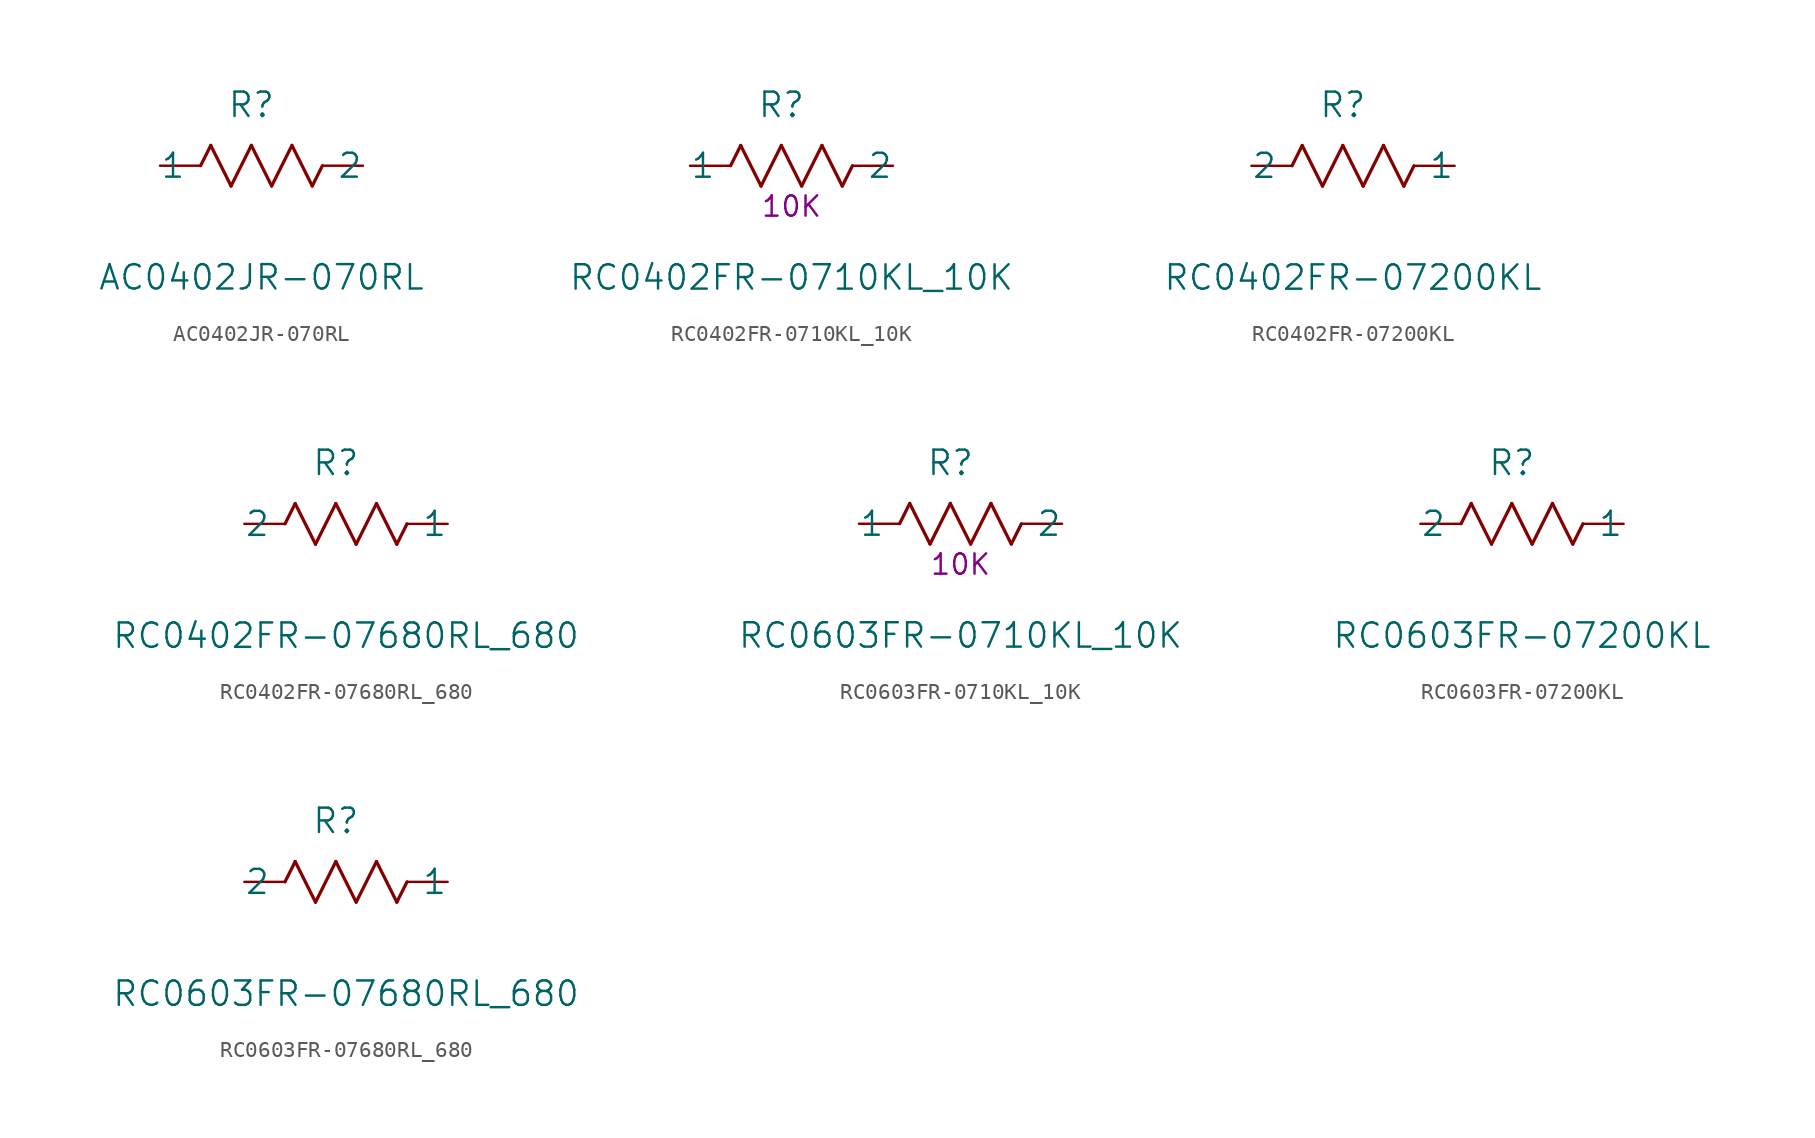
<source format=kicad_sym>
(kicad_symbol_lib
  (version 20211014)
  (generator kicad_symbol_editor)
  (symbol "AC0402JR-070RL"
    (pin_numbers hide)
    (pin_names
      (offset -2.54))
    (property "Reference" "R"
      (at 5.715 3.81 0)
      (effects (font (size 1.524 1.524))))
    (property "Value" "AC0402JR-070RL"
      (at 6.35 -6.985 0)
      (effects (font (size 1.524 1.524))))
    (property "Datasheet" ""
      (at 0 0 0)
      (effects (font (size 1.524 1.524))))
    (symbol "AC0402JR-070RL_1_1"
      (polyline (pts (xy 2.54 0) (xy 3.175 1.27)) (stroke (width 0.203) (type default) (color 0 0 0 0)) (fill (type none)))
      (polyline (pts (xy 3.175 1.27) (xy 4.445 -1.27)) (stroke (width 0.203) (type default) (color 0 0 0 0)) (fill (type none)))
      (polyline (pts (xy 4.445 -1.27) (xy 5.715 1.27)) (stroke (width 0.203) (type default) (color 0 0 0 0)) (fill (type none)))
      (polyline (pts (xy 5.715 1.27) (xy 6.985 -1.27)) (stroke (width 0.203) (type default) (color 0 0 0 0)) (fill (type none)))
      (polyline (pts (xy 6.985 -1.27) (xy 8.255 1.27)) (stroke (width 0.203) (type default) (color 0 0 0 0)) (fill (type none)))
      (polyline (pts (xy 8.255 1.27) (xy 9.525 -1.27)) (stroke (width 0.203) (type default) (color 0 0 0 0)) (fill (type none)))
      (polyline (pts (xy 9.525 -1.27) (xy 10.16 0)) (stroke (width 0.203) (type default) (color 0 0 0 0)) (fill (type none)))
      (pin unspecified line (at 0 0 0) (length 2.54) (name "1" (effects (font (size 1.499 1.499)))) (number "1" (effects (font (size 1.499 1.499)))))
      (pin unspecified line (at 12.7 0 180) (length 2.54) (name "2" (effects (font (size 1.499 1.499)))) (number "2" (effects (font (size 1.499 1.499)))))))
  (symbol "RC0402FR-0710KL_10K"
    (pin_numbers hide)
    (pin_names
      (offset -2.54))
    (property "Reference" "R"
      (at 5.715 3.81 0)
      (effects (font (size 1.524 1.524))))
    (property "Value" "RC0402FR-0710KL_10K"
      (at 6.35 -6.985 0)
      (effects (font (size 1.524 1.524))))
    (property "Datasheet" ""
      (at 0 0 0)
      (effects (font (size 1.524 1.524))))
    (property "Valeur" "10K"
      (at 6.35 -2.54 0)
      (effects (font (size 1.27 1.27))))
    (symbol "RC0402FR-0710KL_10K_1_1"
      (polyline (pts (xy 2.54 0) (xy 3.175 1.27)) (stroke (width 0.203) (type default) (color 0 0 0 0)) (fill (type none)))
      (polyline (pts (xy 3.175 1.27) (xy 4.445 -1.27)) (stroke (width 0.203) (type default) (color 0 0 0 0)) (fill (type none)))
      (polyline (pts (xy 4.445 -1.27) (xy 5.715 1.27)) (stroke (width 0.203) (type default) (color 0 0 0 0)) (fill (type none)))
      (polyline (pts (xy 5.715 1.27) (xy 6.985 -1.27)) (stroke (width 0.203) (type default) (color 0 0 0 0)) (fill (type none)))
      (polyline (pts (xy 6.985 -1.27) (xy 8.255 1.27)) (stroke (width 0.203) (type default) (color 0 0 0 0)) (fill (type none)))
      (polyline (pts (xy 8.255 1.27) (xy 9.525 -1.27)) (stroke (width 0.203) (type default) (color 0 0 0 0)) (fill (type none)))
      (polyline (pts (xy 9.525 -1.27) (xy 10.16 0)) (stroke (width 0.203) (type default) (color 0 0 0 0)) (fill (type none)))
      (pin unspecified line (at 0 0 0) (length 2.54) (name "1" (effects (font (size 1.499 1.499)))) (number "1" (effects (font (size 1.499 1.499)))))
      (pin unspecified line (at 12.7 0 180) (length 2.54) (name "2" (effects (font (size 1.499 1.499)))) (number "2" (effects (font (size 1.499 1.499)))))))
  (symbol "RC0402FR-07200KL"
    (pin_numbers hide)
    (pin_names
      (offset -2.54))
    (property "Reference" "R"
      (at 5.715 3.81 0)
      (effects (font (size 1.524 1.524))))
    (property "Value" "RC0402FR-07200KL"
      (at 6.35 -6.985 0)
      (effects (font (size 1.524 1.524))))
    (property "Datasheet" ""
      (at 0 0 0)
      (effects (font (size 1.524 1.524))))
    (symbol "RC0402FR-07200KL_1_1"
      (polyline (pts (xy 2.54 0) (xy 3.175 1.27)) (stroke (width 0.203) (type default) (color 0 0 0 0)) (fill (type none)))
      (polyline (pts (xy 3.175 1.27) (xy 4.445 -1.27)) (stroke (width 0.203) (type default) (color 0 0 0 0)) (fill (type none)))
      (polyline (pts (xy 4.445 -1.27) (xy 5.715 1.27)) (stroke (width 0.203) (type default) (color 0 0 0 0)) (fill (type none)))
      (polyline (pts (xy 5.715 1.27) (xy 6.985 -1.27)) (stroke (width 0.203) (type default) (color 0 0 0 0)) (fill (type none)))
      (polyline (pts (xy 6.985 -1.27) (xy 8.255 1.27)) (stroke (width 0.203) (type default) (color 0 0 0 0)) (fill (type none)))
      (polyline (pts (xy 8.255 1.27) (xy 9.525 -1.27)) (stroke (width 0.203) (type default) (color 0 0 0 0)) (fill (type none)))
      (polyline (pts (xy 9.525 -1.27) (xy 10.16 0)) (stroke (width 0.203) (type default) (color 0 0 0 0)) (fill (type none)))
      (pin unspecified line (at 12.7 0 180) (length 2.54) (name "1" (effects (font (size 1.499 1.499)))) (number "1" (effects (font (size 1.499 1.499)))))
      (pin unspecified line (at 0 0 0) (length 2.54) (name "2" (effects (font (size 1.499 1.499)))) (number "2" (effects (font (size 1.499 1.499)))))))
  (symbol "RC0402FR-07680RL_680"
    (pin_numbers hide)
    (pin_names
      (offset -2.54))
    (property "Reference" "R"
      (at 5.715 3.81 0)
      (effects (font (size 1.524 1.524))))
    (property "Value" "RC0402FR-07680RL_680"
      (at 6.35 -6.985 0)
      (effects (font (size 1.524 1.524))))
    (property "Datasheet" ""
      (at 0 0 0)
      (effects (font (size 1.524 1.524))))
    (symbol "RC0402FR-07680RL_680_1_1"
      (polyline (pts (xy 2.54 0) (xy 3.175 1.27)) (stroke (width 0.203) (type default) (color 0 0 0 0)) (fill (type none)))
      (polyline (pts (xy 3.175 1.27) (xy 4.445 -1.27)) (stroke (width 0.203) (type default) (color 0 0 0 0)) (fill (type none)))
      (polyline (pts (xy 4.445 -1.27) (xy 5.715 1.27)) (stroke (width 0.203) (type default) (color 0 0 0 0)) (fill (type none)))
      (polyline (pts (xy 5.715 1.27) (xy 6.985 -1.27)) (stroke (width 0.203) (type default) (color 0 0 0 0)) (fill (type none)))
      (polyline (pts (xy 6.985 -1.27) (xy 8.255 1.27)) (stroke (width 0.203) (type default) (color 0 0 0 0)) (fill (type none)))
      (polyline (pts (xy 8.255 1.27) (xy 9.525 -1.27)) (stroke (width 0.203) (type default) (color 0 0 0 0)) (fill (type none)))
      (polyline (pts (xy 9.525 -1.27) (xy 10.16 0)) (stroke (width 0.203) (type default) (color 0 0 0 0)) (fill (type none)))
      (pin unspecified line (at 12.7 0 180) (length 2.54) (name "1" (effects (font (size 1.499 1.499)))) (number "1" (effects (font (size 1.499 1.499)))))
      (pin unspecified line (at 0 0 0) (length 2.54) (name "2" (effects (font (size 1.499 1.499)))) (number "2" (effects (font (size 1.499 1.499)))))))
  (symbol "RC0603FR-0710KL_10K"
    (pin_numbers hide)
    (pin_names
      (offset -2.54))
    (property "Reference" "R"
      (at 5.715 3.81 0)
      (effects (font (size 1.524 1.524))))
    (property "Value" "RC0603FR-0710KL_10K"
      (at 6.35 -6.985 0)
      (effects (font (size 1.524 1.524))))
    (property "Datasheet" ""
      (at 0 0 0)
      (effects (font (size 1.524 1.524))))
    (property "Valeur" "10K"
      (at 6.35 -2.54 0)
      (effects (font (size 1.27 1.27))))
    (symbol "RC0603FR-0710KL_10K_1_1"
      (polyline (pts (xy 2.54 0) (xy 3.175 1.27)) (stroke (width 0.203) (type default) (color 0 0 0 0)) (fill (type none)))
      (polyline (pts (xy 3.175 1.27) (xy 4.445 -1.27)) (stroke (width 0.203) (type default) (color 0 0 0 0)) (fill (type none)))
      (polyline (pts (xy 4.445 -1.27) (xy 5.715 1.27)) (stroke (width 0.203) (type default) (color 0 0 0 0)) (fill (type none)))
      (polyline (pts (xy 5.715 1.27) (xy 6.985 -1.27)) (stroke (width 0.203) (type default) (color 0 0 0 0)) (fill (type none)))
      (polyline (pts (xy 6.985 -1.27) (xy 8.255 1.27)) (stroke (width 0.203) (type default) (color 0 0 0 0)) (fill (type none)))
      (polyline (pts (xy 8.255 1.27) (xy 9.525 -1.27)) (stroke (width 0.203) (type default) (color 0 0 0 0)) (fill (type none)))
      (polyline (pts (xy 9.525 -1.27) (xy 10.16 0)) (stroke (width 0.203) (type default) (color 0 0 0 0)) (fill (type none)))
      (pin unspecified line (at 0 0 0) (length 2.54) (name "1" (effects (font (size 1.499 1.499)))) (number "1" (effects (font (size 1.499 1.499)))))
      (pin unspecified line (at 12.7 0 180) (length 2.54) (name "2" (effects (font (size 1.499 1.499)))) (number "2" (effects (font (size 1.499 1.499)))))))
  (symbol "RC0603FR-07200KL"
    (pin_numbers hide)
    (pin_names
      (offset -2.54))
    (property "Reference" "R"
      (at 5.715 3.81 0)
      (effects (font (size 1.524 1.524))))
    (property "Value" "RC0603FR-07200KL"
      (at 6.35 -6.985 0)
      (effects (font (size 1.524 1.524))))
    (property "Datasheet" ""
      (at 0 0 0)
      (effects (font (size 1.524 1.524))))
    (symbol "RC0603FR-07200KL_1_1"
      (polyline (pts (xy 2.54 0) (xy 3.175 1.27)) (stroke (width 0.203) (type default) (color 0 0 0 0)) (fill (type none)))
      (polyline (pts (xy 3.175 1.27) (xy 4.445 -1.27)) (stroke (width 0.203) (type default) (color 0 0 0 0)) (fill (type none)))
      (polyline (pts (xy 4.445 -1.27) (xy 5.715 1.27)) (stroke (width 0.203) (type default) (color 0 0 0 0)) (fill (type none)))
      (polyline (pts (xy 5.715 1.27) (xy 6.985 -1.27)) (stroke (width 0.203) (type default) (color 0 0 0 0)) (fill (type none)))
      (polyline (pts (xy 6.985 -1.27) (xy 8.255 1.27)) (stroke (width 0.203) (type default) (color 0 0 0 0)) (fill (type none)))
      (polyline (pts (xy 8.255 1.27) (xy 9.525 -1.27)) (stroke (width 0.203) (type default) (color 0 0 0 0)) (fill (type none)))
      (polyline (pts (xy 9.525 -1.27) (xy 10.16 0)) (stroke (width 0.203) (type default) (color 0 0 0 0)) (fill (type none)))
      (pin unspecified line (at 12.7 0 180) (length 2.54) (name "1" (effects (font (size 1.499 1.499)))) (number "1" (effects (font (size 1.499 1.499)))))
      (pin unspecified line (at 0 0 0) (length 2.54) (name "2" (effects (font (size 1.499 1.499)))) (number "2" (effects (font (size 1.499 1.499)))))))
  (symbol "RC0603FR-07680RL_680"
    (pin_numbers hide)
    (pin_names
      (offset -2.54))
    (property "Reference" "R"
      (at 5.715 3.81 0)
      (effects (font (size 1.524 1.524))))
    (property "Value" "RC0603FR-07680RL_680"
      (at 6.35 -6.985 0)
      (effects (font (size 1.524 1.524))))
    (property "Datasheet" ""
      (at 0 0 0)
      (effects (font (size 1.524 1.524))))
    (symbol "RC0603FR-07680RL_680_1_1"
      (polyline (pts (xy 2.54 0) (xy 3.175 1.27)) (stroke (width 0.203) (type default) (color 0 0 0 0)) (fill (type none)))
      (polyline (pts (xy 3.175 1.27) (xy 4.445 -1.27)) (stroke (width 0.203) (type default) (color 0 0 0 0)) (fill (type none)))
      (polyline (pts (xy 4.445 -1.27) (xy 5.715 1.27)) (stroke (width 0.203) (type default) (color 0 0 0 0)) (fill (type none)))
      (polyline (pts (xy 5.715 1.27) (xy 6.985 -1.27)) (stroke (width 0.203) (type default) (color 0 0 0 0)) (fill (type none)))
      (polyline (pts (xy 6.985 -1.27) (xy 8.255 1.27)) (stroke (width 0.203) (type default) (color 0 0 0 0)) (fill (type none)))
      (polyline (pts (xy 8.255 1.27) (xy 9.525 -1.27)) (stroke (width 0.203) (type default) (color 0 0 0 0)) (fill (type none)))
      (polyline (pts (xy 9.525 -1.27) (xy 10.16 0)) (stroke (width 0.203) (type default) (color 0 0 0 0)) (fill (type none)))
      (pin unspecified line (at 12.7 0 180) (length 2.54) (name "1" (effects (font (size 1.499 1.499)))) (number "1" (effects (font (size 1.499 1.499)))))
      (pin unspecified line (at 0 0 0) (length 2.54) (name "2" (effects (font (size 1.499 1.499)))) (number "2" (effects (font (size 1.499 1.499))))))))
</source>
